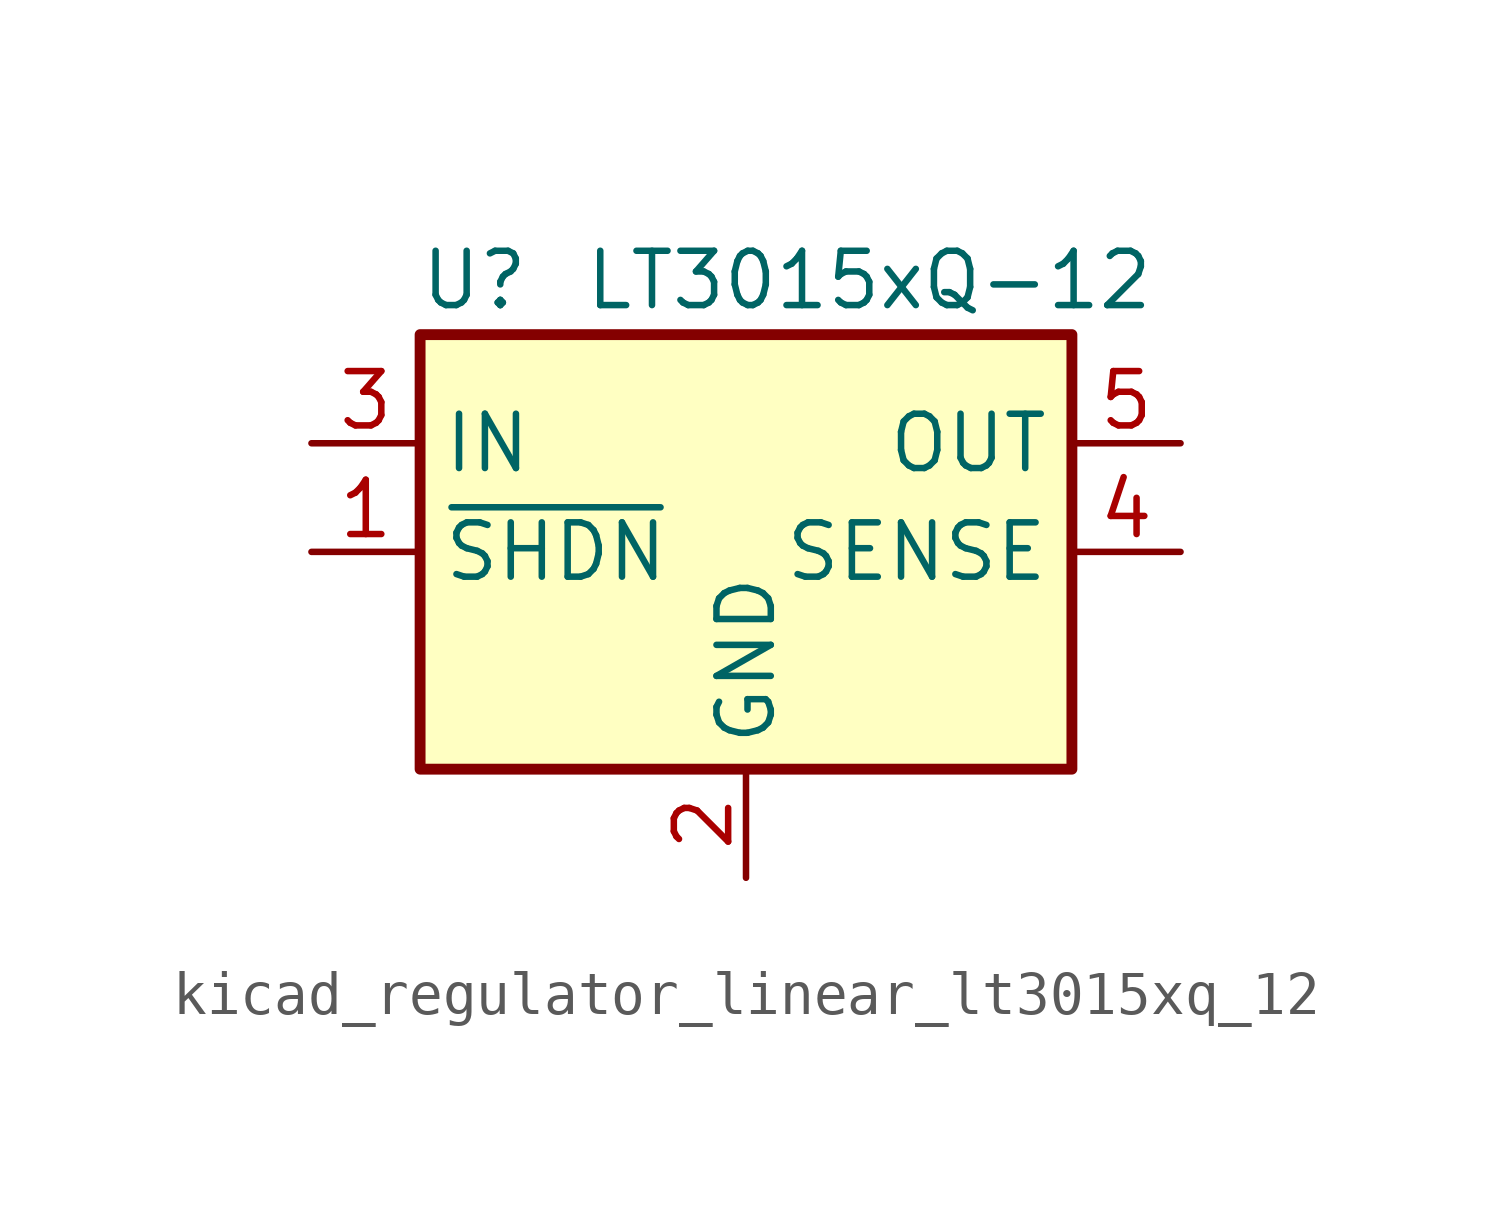
<source format=kicad_sym>
(kicad_symbol_lib
  (version 20220914)
  (generator kicad_symbol_editor)
  (symbol "kicad_regulator_linear_lt3015xq_12"
    (property "Reference" "U"
      (at -6.35 6.35 0)
      (effects (font (size 1.27 1.27))))
    (property "Value" "LT3015xQ-12"
      (at -3.81 6.35 0)
      (effects (font (size 1.27 1.27)) (justify left)))
    (symbol "kicad_regulator_linear_lt3015xq_12_0_1"
      (rectangle (start -7.62 5.08) (end 7.62 -5.08) (stroke (width 0.254) (type default)) (fill (type background))))
    (symbol "kicad_regulator_linear_lt3015xq_12_1_1"
      (pin input line (at -10.16 0 0) (length 2.54) (name "~{SHDN}" (effects (font (size 1.27 1.27)))) (number "1" (effects (font (size 1.27 1.27)))))
      (pin power_in line (at 0 -7.62 90) (length 2.54) (name "GND" (effects (font (size 1.27 1.27)))) (number "2" (effects (font (size 1.27 1.27)))))
      (pin power_in line (at -10.16 2.54 0) (length 2.54) (name "IN" (effects (font (size 1.27 1.27)))) (number "3" (effects (font (size 1.27 1.27)))))
      (pin input line (at 10.16 0 180) (length 2.54) (name "SENSE" (effects (font (size 1.27 1.27)))) (number "4" (effects (font (size 1.27 1.27)))))
      (pin power_out line (at 10.16 2.54 180) (length 2.54) (name "OUT" (effects (font (size 1.27 1.27)))) (number "5" (effects (font (size 1.27 1.27))))))))
</source>
